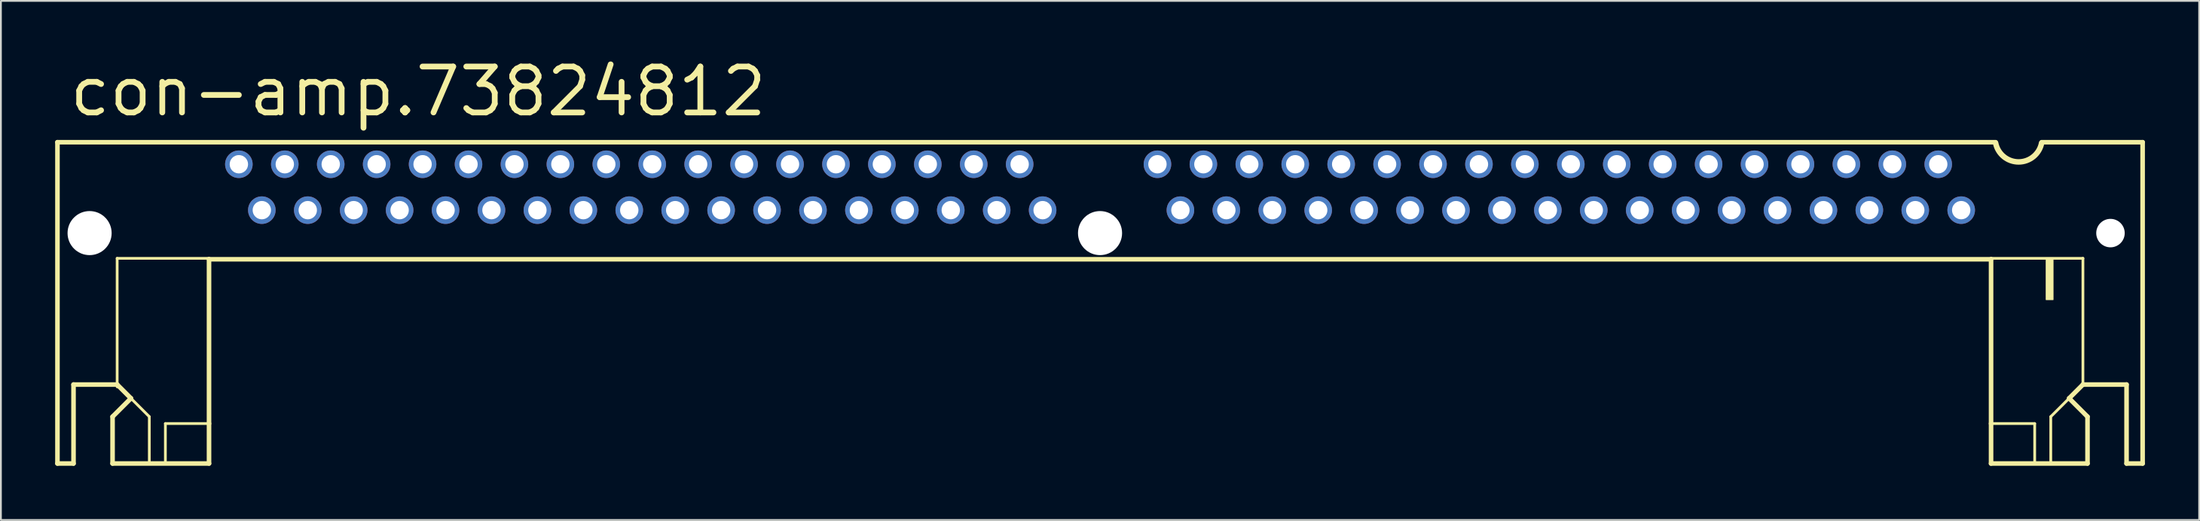
<source format=kicad_pcb>
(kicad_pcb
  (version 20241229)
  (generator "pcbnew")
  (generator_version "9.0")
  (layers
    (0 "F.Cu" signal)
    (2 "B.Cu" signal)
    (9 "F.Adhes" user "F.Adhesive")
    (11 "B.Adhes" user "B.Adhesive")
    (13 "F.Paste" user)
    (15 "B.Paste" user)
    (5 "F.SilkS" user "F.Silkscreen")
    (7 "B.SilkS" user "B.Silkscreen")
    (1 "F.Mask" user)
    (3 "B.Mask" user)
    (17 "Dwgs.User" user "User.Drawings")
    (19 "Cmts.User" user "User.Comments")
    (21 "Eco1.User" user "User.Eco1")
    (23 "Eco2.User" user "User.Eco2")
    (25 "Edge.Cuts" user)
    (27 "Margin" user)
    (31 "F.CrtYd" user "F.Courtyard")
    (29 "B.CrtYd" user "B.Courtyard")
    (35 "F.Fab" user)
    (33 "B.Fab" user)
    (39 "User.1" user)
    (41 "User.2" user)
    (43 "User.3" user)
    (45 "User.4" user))
  (footprint "con-amp.73824812"
    (layer "F.Cu")
    (at 57.785 7.31)
    (property "Reference" "con-amp.73824812" (at -57.15 -3.81 0) (layer "F.SilkS") (effects (font (size 2.54 2.54) (thickness 0.32)) (justify left bottom)))
    (attr through_hole)
    (fp_line (start -57.658 -2.489) (end 49.53 -2.489) (stroke (width 0.254) (type default)) (layer "F.SilkS"))
    (fp_line (start -57.658 15.291) (end -57.658 -2.489) (stroke (width 0.254) (type default)) (layer "F.SilkS"))
    (fp_line (start -56.769 10.922) (end -56.769 15.291) (stroke (width 0.254) (type default)) (layer "F.SilkS"))
    (fp_line (start -56.769 15.291) (end -57.658 15.291) (stroke (width 0.254) (type default)) (layer "F.SilkS"))
    (fp_line (start -54.61 12.7) (end -53.594 11.684) (stroke (width 0.254) (type default)) (layer "F.SilkS"))
    (fp_line (start -54.61 15.291) (end -54.61 12.7) (stroke (width 0.254) (type default)) (layer "F.SilkS"))
    (fp_line (start -54.356 3.937) (end -54.356 10.922) (stroke (width 0.152) (type default)) (layer "F.SilkS"))
    (fp_line (start -54.356 10.922) (end -56.769 10.922) (stroke (width 0.254) (type default)) (layer "F.SilkS"))
    (fp_line (start -54.356 10.922) (end -54.356 11.049) (stroke (width 0.152) (type default)) (layer "F.SilkS"))
    (fp_line (start -53.594 11.684) (end -54.356 10.922) (stroke (width 0.254) (type default)) (layer "F.SilkS"))
    (fp_line (start -53.594 11.684) (end -52.578 12.7) (stroke (width 0.152) (type default)) (layer "F.SilkS"))
    (fp_line (start -52.578 12.7) (end -52.578 15.24) (stroke (width 0.152) (type default)) (layer "F.SilkS"))
    (fp_line (start -51.689 13.081) (end -51.689 15.24) (stroke (width 0.152) (type default)) (layer "F.SilkS"))
    (fp_line (start -51.689 13.081) (end -49.276 13.081) (stroke (width 0.152) (type default)) (layer "F.SilkS"))
    (fp_line (start -49.276 3.937) (end -54.356 3.937) (stroke (width 0.152) (type default)) (layer "F.SilkS"))
    (fp_line (start -49.276 3.988) (end -49.276 13.081) (stroke (width 0.254) (type default)) (layer "F.SilkS"))
    (fp_line (start -49.276 13.081) (end -49.276 15.291) (stroke (width 0.254) (type default)) (layer "F.SilkS"))
    (fp_line (start -49.276 15.291) (end -54.61 15.291) (stroke (width 0.254) (type default)) (layer "F.SilkS"))
    (fp_line (start 49.276 3.937) (end 54.356 3.937) (stroke (width 0.152) (type default)) (layer "F.SilkS"))
    (fp_line (start 49.276 3.988) (end -49.276 3.988) (stroke (width 0.254) (type default)) (layer "F.SilkS"))
    (fp_line (start 49.276 3.988) (end 49.276 13.081) (stroke (width 0.254) (type default)) (layer "F.SilkS"))
    (fp_line (start 49.276 13.081) (end 49.276 15.291) (stroke (width 0.254) (type default)) (layer "F.SilkS"))
    (fp_line (start 49.276 15.291) (end 54.61 15.291) (stroke (width 0.254) (type default)) (layer "F.SilkS"))
    (fp_line (start 51.689 13.081) (end 49.276 13.081) (stroke (width 0.152) (type default)) (layer "F.SilkS"))
    (fp_line (start 51.689 13.081) (end 51.689 15.24) (stroke (width 0.152) (type default)) (layer "F.SilkS"))
    (fp_line (start 52.07 -2.489) (end 57.658 -2.489) (stroke (width 0.254) (type default)) (layer "F.SilkS"))
    (fp_line (start 52.578 12.7) (end 52.578 15.24) (stroke (width 0.152) (type default)) (layer "F.SilkS"))
    (fp_line (start 53.594 11.684) (end 52.578 12.7) (stroke (width 0.152) (type default)) (layer "F.SilkS"))
    (fp_line (start 53.594 11.684) (end 54.356 10.922) (stroke (width 0.254) (type default)) (layer "F.SilkS"))
    (fp_line (start 54.356 3.937) (end 54.356 10.922) (stroke (width 0.152) (type default)) (layer "F.SilkS"))
    (fp_line (start 54.356 10.922) (end 56.769 10.922) (stroke (width 0.254) (type default)) (layer "F.SilkS"))
    (fp_line (start 54.61 12.7) (end 53.594 11.684) (stroke (width 0.254) (type default)) (layer "F.SilkS"))
    (fp_line (start 54.61 15.291) (end 54.61 12.7) (stroke (width 0.254) (type default)) (layer "F.SilkS"))
    (fp_line (start 56.769 10.922) (end 56.769 15.291) (stroke (width 0.254) (type default)) (layer "F.SilkS"))
    (fp_line (start 56.769 15.291) (end 57.658 15.291) (stroke (width 0.254) (type default)) (layer "F.SilkS"))
    (fp_line (start 57.658 15.291) (end 57.658 -2.489) (stroke (width 0.254) (type default)) (layer "F.SilkS"))
    (fp_rect (start 52.324 6.223) (end 52.705 3.937) (stroke (width 0.05) (type default)) (fill yes) (layer "F.SilkS"))
    (fp_arc (start 52.07 -2.44) (mid 50.8 -1.398849) (end 49.53 -2.44) (stroke (width 0.3048) (type default)) (layer "F.SilkS"))
    (pad "" np_thru_hole circle (at -55.88 2.54) (size 2.438 2.438) (drill 2.438) (layers "*.Cu" "*.Mask"))
    (pad "" np_thru_hole circle (at 0 2.54) (size 2.438 2.438) (drill 2.438) (layers "*.Cu" "*.Mask"))
    (pad "" np_thru_hole circle (at 55.88 2.54) (size 1.575 1.575) (drill 1.575) (layers "*.Cu" "*.Mask"))
    (pad "1" thru_hole circle (at 47.625 1.27) (size 1.524 1.524) (drill 1.016) (layers "*.Cu" "*.Mask"))
    (pad "2" thru_hole circle (at 46.355 -1.27) (size 1.524 1.524) (drill 1.016) (layers "*.Cu" "*.Mask"))
    (pad "3" thru_hole circle (at 45.085 1.27) (size 1.524 1.524) (drill 1.016) (layers "*.Cu" "*.Mask"))
    (pad "4" thru_hole circle (at 43.815 -1.27) (size 1.524 1.524) (drill 1.016) (layers "*.Cu" "*.Mask"))
    (pad "5" thru_hole circle (at 42.545 1.27) (size 1.524 1.524) (drill 1.016) (layers "*.Cu" "*.Mask"))
    (pad "6" thru_hole circle (at 41.275 -1.27) (size 1.524 1.524) (drill 1.016) (layers "*.Cu" "*.Mask"))
    (pad "7" thru_hole circle (at 40.005 1.27) (size 1.524 1.524) (drill 1.016) (layers "*.Cu" "*.Mask"))
    (pad "8" thru_hole circle (at 38.735 -1.27) (size 1.524 1.524) (drill 1.016) (layers "*.Cu" "*.Mask"))
    (pad "9" thru_hole circle (at 37.465 1.27) (size 1.524 1.524) (drill 1.016) (layers "*.Cu" "*.Mask"))
    (pad "10" thru_hole circle (at 36.195 -1.27) (size 1.524 1.524) (drill 1.016) (layers "*.Cu" "*.Mask"))
    (pad "11" thru_hole circle (at 34.925 1.27) (size 1.524 1.524) (drill 1.016) (layers "*.Cu" "*.Mask"))
    (pad "12" thru_hole circle (at 33.655 -1.27) (size 1.524 1.524) (drill 1.016) (layers "*.Cu" "*.Mask"))
    (pad "13" thru_hole circle (at 32.385 1.27) (size 1.524 1.524) (drill 1.016) (layers "*.Cu" "*.Mask"))
    (pad "14" thru_hole circle (at 31.115 -1.27) (size 1.524 1.524) (drill 1.016) (layers "*.Cu" "*.Mask"))
    (pad "15" thru_hole circle (at 29.845 1.27) (size 1.524 1.524) (drill 1.016) (layers "*.Cu" "*.Mask"))
    (pad "16" thru_hole circle (at 28.575 -1.27) (size 1.524 1.524) (drill 1.016) (layers "*.Cu" "*.Mask"))
    (pad "17" thru_hole circle (at 27.305 1.27) (size 1.524 1.524) (drill 1.016) (layers "*.Cu" "*.Mask"))
    (pad "18" thru_hole circle (at 26.035 -1.27) (size 1.524 1.524) (drill 1.016) (layers "*.Cu" "*.Mask"))
    (pad "19" thru_hole circle (at 24.765 1.27) (size 1.524 1.524) (drill 1.016) (layers "*.Cu" "*.Mask"))
    (pad "20" thru_hole circle (at 23.495 -1.27) (size 1.524 1.524) (drill 1.016) (layers "*.Cu" "*.Mask"))
    (pad "21" thru_hole circle (at 22.225 1.27) (size 1.524 1.524) (drill 1.016) (layers "*.Cu" "*.Mask"))
    (pad "22" thru_hole circle (at 20.955 -1.27) (size 1.524 1.524) (drill 1.016) (layers "*.Cu" "*.Mask"))
    (pad "23" thru_hole circle (at 19.685 1.27) (size 1.524 1.524) (drill 1.016) (layers "*.Cu" "*.Mask"))
    (pad "24" thru_hole circle (at 18.415 -1.27) (size 1.524 1.524) (drill 1.016) (layers "*.Cu" "*.Mask"))
    (pad "25" thru_hole circle (at 17.145 1.27) (size 1.524 1.524) (drill 1.016) (layers "*.Cu" "*.Mask"))
    (pad "26" thru_hole circle (at 15.875 -1.27) (size 1.524 1.524) (drill 1.016) (layers "*.Cu" "*.Mask"))
    (pad "27" thru_hole circle (at 14.605 1.27) (size 1.524 1.524) (drill 1.016) (layers "*.Cu" "*.Mask"))
    (pad "28" thru_hole circle (at 13.335 -1.27) (size 1.524 1.524) (drill 1.016) (layers "*.Cu" "*.Mask"))
    (pad "29" thru_hole circle (at 12.065 1.27) (size 1.524 1.524) (drill 1.016) (layers "*.Cu" "*.Mask"))
    (pad "30" thru_hole circle (at 10.795 -1.27) (size 1.524 1.524) (drill 1.016) (layers "*.Cu" "*.Mask"))
    (pad "31" thru_hole circle (at 9.525 1.27) (size 1.524 1.524) (drill 1.016) (layers "*.Cu" "*.Mask"))
    (pad "32" thru_hole circle (at 8.255 -1.27) (size 1.524 1.524) (drill 1.016) (layers "*.Cu" "*.Mask"))
    (pad "33" thru_hole circle (at 6.985 1.27) (size 1.524 1.524) (drill 1.016) (layers "*.Cu" "*.Mask"))
    (pad "34" thru_hole circle (at 5.715 -1.27) (size 1.524 1.524) (drill 1.016) (layers "*.Cu" "*.Mask"))
    (pad "35" thru_hole circle (at 4.445 1.27) (size 1.524 1.524) (drill 1.016) (layers "*.Cu" "*.Mask"))
    (pad "36" thru_hole circle (at 3.175 -1.27) (size 1.524 1.524) (drill 1.016) (layers "*.Cu" "*.Mask"))
    (pad "37" thru_hole circle (at -3.175 1.27) (size 1.524 1.524) (drill 1.016) (layers "*.Cu" "*.Mask"))
    (pad "38" thru_hole circle (at -4.445 -1.27) (size 1.524 1.524) (drill 1.016) (layers "*.Cu" "*.Mask"))
    (pad "39" thru_hole circle (at -5.715 1.27) (size 1.524 1.524) (drill 1.016) (layers "*.Cu" "*.Mask"))
    (pad "40" thru_hole circle (at -6.985 -1.27) (size 1.524 1.524) (drill 1.016) (layers "*.Cu" "*.Mask"))
    (pad "41" thru_hole circle (at -8.255 1.27) (size 1.524 1.524) (drill 1.016) (layers "*.Cu" "*.Mask"))
    (pad "42" thru_hole circle (at -9.525 -1.27) (size 1.524 1.524) (drill 1.016) (layers "*.Cu" "*.Mask"))
    (pad "43" thru_hole circle (at -10.795 1.27) (size 1.524 1.524) (drill 1.016) (layers "*.Cu" "*.Mask"))
    (pad "44" thru_hole circle (at -12.065 -1.27) (size 1.524 1.524) (drill 1.016) (layers "*.Cu" "*.Mask"))
    (pad "45" thru_hole circle (at -13.335 1.27) (size 1.524 1.524) (drill 1.016) (layers "*.Cu" "*.Mask"))
    (pad "46" thru_hole circle (at -14.605 -1.27) (size 1.524 1.524) (drill 1.016) (layers "*.Cu" "*.Mask"))
    (pad "47" thru_hole circle (at -15.875 1.27) (size 1.524 1.524) (drill 1.016) (layers "*.Cu" "*.Mask"))
    (pad "48" thru_hole circle (at -17.145 -1.27) (size 1.524 1.524) (drill 1.016) (layers "*.Cu" "*.Mask"))
    (pad "49" thru_hole circle (at -18.415 1.27) (size 1.524 1.524) (drill 1.016) (layers "*.Cu" "*.Mask"))
    (pad "50" thru_hole circle (at -19.685 -1.27) (size 1.524 1.524) (drill 1.016) (layers "*.Cu" "*.Mask"))
    (pad "51" thru_hole circle (at -20.955 1.27) (size 1.524 1.524) (drill 1.016) (layers "*.Cu" "*.Mask"))
    (pad "52" thru_hole circle (at -22.225 -1.27) (size 1.524 1.524) (drill 1.016) (layers "*.Cu" "*.Mask"))
    (pad "53" thru_hole circle (at -23.495 1.27) (size 1.524 1.524) (drill 1.016) (layers "*.Cu" "*.Mask"))
    (pad "54" thru_hole circle (at -24.765 -1.27) (size 1.524 1.524) (drill 1.016) (layers "*.Cu" "*.Mask"))
    (pad "55" thru_hole circle (at -26.035 1.27) (size 1.524 1.524) (drill 1.016) (layers "*.Cu" "*.Mask"))
    (pad "56" thru_hole circle (at -27.305 -1.27) (size 1.524 1.524) (drill 1.016) (layers "*.Cu" "*.Mask"))
    (pad "57" thru_hole circle (at -28.575 1.27) (size 1.524 1.524) (drill 1.016) (layers "*.Cu" "*.Mask"))
    (pad "58" thru_hole circle (at -29.845 -1.27) (size 1.524 1.524) (drill 1.016) (layers "*.Cu" "*.Mask"))
    (pad "59" thru_hole circle (at -31.115 1.27) (size 1.524 1.524) (drill 1.016) (layers "*.Cu" "*.Mask"))
    (pad "60" thru_hole circle (at -32.385 -1.27) (size 1.524 1.524) (drill 1.016) (layers "*.Cu" "*.Mask"))
    (pad "61" thru_hole circle (at -33.655 1.27) (size 1.524 1.524) (drill 1.016) (layers "*.Cu" "*.Mask"))
    (pad "62" thru_hole circle (at -34.925 -1.27) (size 1.524 1.524) (drill 1.016) (layers "*.Cu" "*.Mask"))
    (pad "63" thru_hole circle (at -36.195 1.27) (size 1.524 1.524) (drill 1.016) (layers "*.Cu" "*.Mask"))
    (pad "64" thru_hole circle (at -37.465 -1.27) (size 1.524 1.524) (drill 1.016) (layers "*.Cu" "*.Mask"))
    (pad "65" thru_hole circle (at -38.735 1.27) (size 1.524 1.524) (drill 1.016) (layers "*.Cu" "*.Mask"))
    (pad "66" thru_hole circle (at -40.005 -1.27) (size 1.524 1.524) (drill 1.016) (layers "*.Cu" "*.Mask"))
    (pad "67" thru_hole circle (at -41.275 1.27) (size 1.524 1.524) (drill 1.016) (layers "*.Cu" "*.Mask"))
    (pad "68" thru_hole circle (at -42.545 -1.27) (size 1.524 1.524) (drill 1.016) (layers "*.Cu" "*.Mask"))
    (pad "69" thru_hole circle (at -43.815 1.27) (size 1.524 1.524) (drill 1.016) (layers "*.Cu" "*.Mask"))
    (pad "70" thru_hole circle (at -45.085 -1.27) (size 1.524 1.524) (drill 1.016) (layers "*.Cu" "*.Mask"))
    (pad "71" thru_hole circle (at -46.355 1.27) (size 1.524 1.524) (drill 1.016) (layers "*.Cu" "*.Mask"))
    (pad "72" thru_hole circle (at -47.625 -1.27) (size 1.524 1.524) (drill 1.016) (layers "*.Cu" "*.Mask")))
  (gr_rect
    (start -3 -3)
    (end 118.57 25.728)
    (stroke (width 0.1) (type default))
    (fill no)
    (layer "Edge.Cuts")))
</source>
